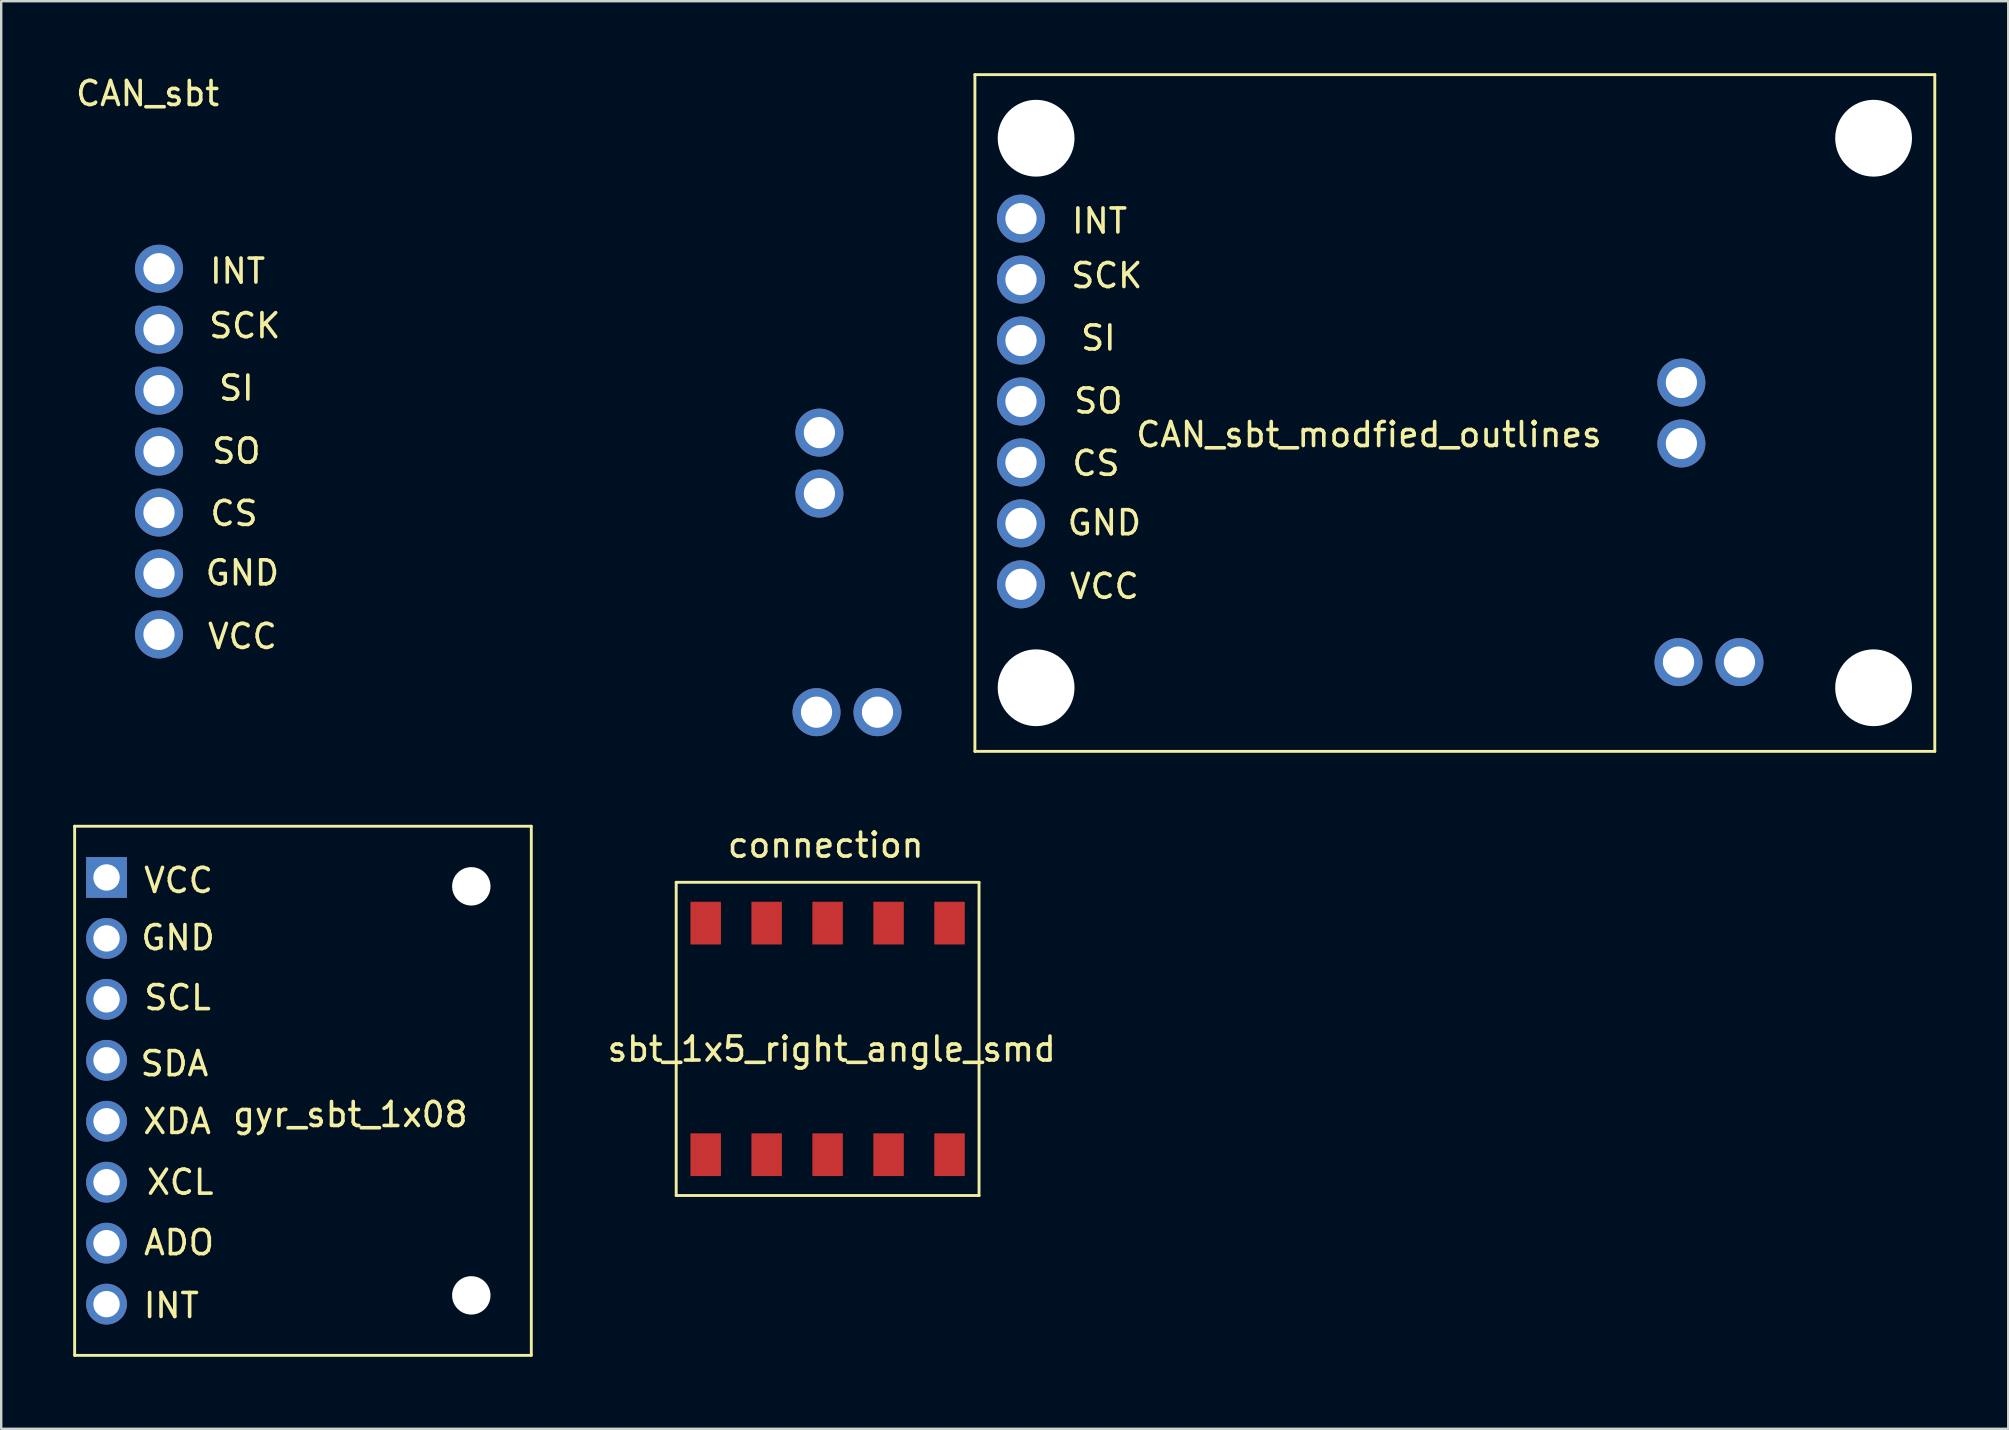
<source format=kicad_pcb>
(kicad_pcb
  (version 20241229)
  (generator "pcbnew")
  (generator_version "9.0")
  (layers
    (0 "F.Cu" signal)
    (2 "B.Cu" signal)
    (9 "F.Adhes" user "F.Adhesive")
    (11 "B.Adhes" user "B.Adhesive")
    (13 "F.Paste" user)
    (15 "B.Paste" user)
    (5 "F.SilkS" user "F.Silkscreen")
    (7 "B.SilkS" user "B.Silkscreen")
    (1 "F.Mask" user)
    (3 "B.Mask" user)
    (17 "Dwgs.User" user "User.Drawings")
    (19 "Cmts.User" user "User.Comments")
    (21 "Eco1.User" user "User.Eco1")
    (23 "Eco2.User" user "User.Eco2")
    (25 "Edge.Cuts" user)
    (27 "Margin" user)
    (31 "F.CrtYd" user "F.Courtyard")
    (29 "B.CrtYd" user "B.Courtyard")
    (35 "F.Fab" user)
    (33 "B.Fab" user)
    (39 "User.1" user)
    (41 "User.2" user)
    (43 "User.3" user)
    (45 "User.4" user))
  (footprint "sbt_1x5_right_angle_smd"
    (layer "F.Cu")
    (at 26.358 35.418)
    (property "Reference" "sbt_1x5_right_angle_smd" (at 5.25 5.25 0) (layer "F.SilkS") (effects (font (size 1 1) (thickness 0.15))))
    (attr through_hole)
    (fp_line (start -1.23 -1.7) (end -1.23 11.35) (stroke (width 0.12) (type solid)) (layer "F.SilkS"))
    (fp_line (start -1.23 -1.7) (end 11.39 -1.7) (stroke (width 0.12) (type solid)) (layer "F.SilkS"))
    (fp_line (start -1.23 11.35) (end 11.39 11.35) (stroke (width 0.12) (type solid)) (layer "F.SilkS"))
    (fp_line (start 11.39 11.35) (end 11.39 -1.7) (stroke (width 0.12) (type solid)) (layer "F.SilkS"))
    (fp_text user "connection" (at 5 -3.25 0) (layer "F.SilkS") (effects (font (size 1 1) (thickness 0.15))))
    (pad "" smd rect (at 0 9.65) (size 1.27 1.78) (layers "F.Cu" "F.Mask" "F.Paste"))
    (pad "" smd rect (at 2.54 9.65) (size 1.27 1.78) (layers "F.Cu" "F.Mask" "F.Paste"))
    (pad "" smd rect (at 5.08 9.65) (size 1.27 1.78) (layers "F.Cu" "F.Mask" "F.Paste"))
    (pad "" smd rect (at 7.62 9.65) (size 1.27 1.78) (layers "F.Cu" "F.Mask" "F.Paste"))
    (pad "" smd rect (at 10.16 9.65) (size 1.27 1.78) (layers "F.Cu" "F.Mask" "F.Paste"))
    (pad "1" smd rect (at 0 0) (size 1.27 1.78) (layers "F.Cu" "F.Mask" "F.Paste"))
    (pad "2" smd rect (at 2.54 0) (size 1.27 1.78) (layers "F.Cu" "F.Mask" "F.Paste"))
    (pad "3" smd rect (at 5.08 0) (size 1.27 1.78) (layers "F.Cu" "F.Mask" "F.Paste"))
    (pad "4" smd rect (at 7.62 0) (size 1.27 1.78) (layers "F.Cu" "F.Mask" "F.Paste"))
    (pad "5" smd rect (at 10.16 0) (size 1.27 1.78) (layers "F.Cu" "F.Mask" "F.Paste")))
  (footprint "gyr_sbt_1x08"
    (layer "F.Cu")
    (at 1.39 33.515)
    (property "Reference" "gyr_sbt_1x08" (at 10.16 9.88 0) (layer "F.SilkS") (effects (font (size 1 1) (thickness 0.15))))
    (attr through_hole)
    (fp_line (start -1.33 -2.135) (end -1.33 19.915) (stroke (width 0.12) (type solid)) (layer "F.SilkS"))
    (fp_line (start -1.33 -2.135) (end 17.7 -2.135) (stroke (width 0.12) (type solid)) (layer "F.SilkS"))
    (fp_line (start -1.33 19.915) (end 17.7 19.915) (stroke (width 0.12) (type solid)) (layer "F.SilkS"))
    (fp_line (start 17.7 -2.135) (end 17.7 19.915) (stroke (width 0.12) (type solid)) (layer "F.SilkS"))
    (fp_text user "VCC" (at 3 0.125 0) (layer "F.SilkS") (effects (font (size 1 1) (thickness 0.15))))
    (fp_text user "SCL" (at 2.96 5.01 0) (layer "F.SilkS") (effects (font (size 1 1) (thickness 0.15))))
    (fp_text user "XCL" (at 3.07 12.7 0) (layer "F.SilkS") (effects (font (size 1 1) (thickness 0.15))))
    (fp_text user "INT" (at 2.7 17.84 0) (layer "F.SilkS") (effects (font (size 1 1) (thickness 0.15))))
    (fp_text user "SDA" (at 2.83 7.76 0) (layer "F.SilkS") (effects (font (size 1 1) (thickness 0.15))))
    (fp_text user "XDA" (at 2.94 10.17 0) (layer "F.SilkS") (effects (font (size 1 1) (thickness 0.15))))
    (fp_text user "ADO" (at 3.02 15.22 0) (layer "F.SilkS") (effects (font (size 1 1) (thickness 0.15))))
    (fp_text user "GND" (at 2.98 2.51 0) (layer "F.SilkS") (effects (font (size 1 1) (thickness 0.15))))
    (pad "" np_thru_hole circle (at 15.2 0.37) (size 1.6 1.6) (drill 1.6) (layers "*.Cu" "*.Mask"))
    (pad "" np_thru_hole circle (at 15.2 17.415) (size 1.6 1.6) (drill 1.6) (layers "*.Cu" "*.Mask"))
    (pad "1" thru_hole rect (at 0 0) (size 1.7 1.7) (drill 1.1) (layers "*.Cu" "*.Mask"))
    (pad "2" thru_hole oval (at 0 2.54) (size 1.7 1.7) (drill 1.1) (layers "*.Cu" "*.Mask"))
    (pad "3" thru_hole oval (at 0 5.08) (size 1.7 1.7) (drill 1.1) (layers "*.Cu" "*.Mask"))
    (pad "4" thru_hole oval (at 0 7.62) (size 1.7 1.7) (drill 1.1) (layers "*.Cu" "*.Mask"))
    (pad "5" thru_hole oval (at 0 10.16) (size 1.7 1.7) (drill 1.1) (layers "*.Cu" "*.Mask"))
    (pad "6" thru_hole oval (at 0 12.7) (size 1.7 1.7) (drill 1.1) (layers "*.Cu" "*.Mask"))
    (pad "7" thru_hole oval (at 0 15.24) (size 1.7 1.7) (drill 1.1) (layers "*.Cu" "*.Mask"))
    (pad "8" thru_hole oval (at 0 17.78) (size 1.7 1.7) (drill 1.1) (layers "*.Cu" "*.Mask")))
  (footprint "CAN_sbt_modfied_outlines"
    (layer "F.Cu")
    (at 39.496 6.06)
    (property "Reference" "CAN_sbt_modfied_outlines" (at 14.5 9 0) (layer "F.SilkS") (effects (font (size 1 1) (thickness 0.15))))
    (attr through_hole)
    (fp_line (start -1.92 -6) (end -1.92 22.2) (stroke (width 0.12) (type solid)) (layer "F.SilkS"))
    (fp_line (start -1.92 -6) (end 38.08 -6) (stroke (width 0.12) (type solid)) (layer "F.SilkS"))
    (fp_line (start -1.92 22.2) (end 38.08 22.2) (stroke (width 0.12) (type solid)) (layer "F.SilkS"))
    (fp_line (start 38.08 -6) (end 38.08 22.2) (stroke (width 0.12) (type solid)) (layer "F.SilkS"))
    (fp_text user "VCC" (at 3.475 15.325 0) (layer "F.SilkS") (effects (font (size 1 1) (thickness 0.15))))
    (fp_text user "CS" (at 3.125 10.2 0) (layer "F.SilkS") (effects (font (size 1 1) (thickness 0.15))))
    (fp_text user "SO" (at 3.225 7.6 0) (layer "F.SilkS") (effects (font (size 1 1) (thickness 0.15))))
    (fp_text user "SI" (at 3.225 4.975 0) (layer "F.SilkS") (effects (font (size 1 1) (thickness 0.15))))
    (fp_text user "SCK" (at 3.575 2.375 0) (layer "F.SilkS") (effects (font (size 1 1) (thickness 0.15))))
    (fp_text user "INT" (at 3.275 0.1 0) (layer "F.SilkS") (effects (font (size 1 1) (thickness 0.15))))
    (fp_text user "GND" (at 3.475 12.675 0) (layer "F.SilkS") (effects (font (size 1 1) (thickness 0.15))))
    (pad "" np_thru_hole circle (at 0.63 -3.35) (size 3.2 3.2) (drill 3.2) (layers "*.Cu" "*.Mask"))
    (pad "" np_thru_hole circle (at 0.63 19.55) (size 3.2 3.2) (drill 3.2) (layers "*.Cu" "*.Mask"))
    (pad "" np_thru_hole circle (at 35.53 -3.35) (size 3.2 3.2) (drill 3.2) (layers "*.Cu" "*.Mask"))
    (pad "" np_thru_hole circle (at 35.53 19.55) (size 3.2 3.2) (drill 3.2) (layers "*.Cu" "*.Mask"))
    (pad "1" thru_hole circle (at 0 0) (size 2 2) (drill 1.3) (layers "*.Cu" "*.Mask"))
    (pad "2" thru_hole circle (at 0 2.54) (size 2 2) (drill 1.3) (layers "*.Cu" "*.Mask"))
    (pad "3" thru_hole circle (at 0 5.08) (size 2 2) (drill 1.3) (layers "*.Cu" "*.Mask"))
    (pad "4" thru_hole circle (at 0 7.62) (size 2 2) (drill 1.3) (layers "*.Cu" "*.Mask"))
    (pad "5" thru_hole circle (at 0 10.16) (size 2 2) (drill 1.3) (layers "*.Cu" "*.Mask"))
    (pad "6" thru_hole circle (at 0 12.7) (size 2 2) (drill 1.3) (layers "*.Cu" "*.Mask"))
    (pad "7" thru_hole circle (at 0 15.24) (size 2 2) (drill 1.3) (layers "*.Cu" "*.Mask"))
    (pad "8" thru_hole circle (at 29.94 18.48) (size 2 2) (drill 1.3) (layers "*.Cu" "*.Mask"))
    (pad "9" thru_hole circle (at 27.4 18.48) (size 2 2) (drill 1.3) (layers "*.Cu" "*.Mask"))
    (pad "10" thru_hole circle (at 27.52 6.83) (size 2 2) (drill 1.3) (layers "*.Cu" "*.Mask"))
    (pad "11" thru_hole circle (at 27.52 9.37) (size 2 2) (drill 1.3) (layers "*.Cu" "*.Mask")))
  (footprint "CAN_sbt"
    (layer "F.Cu")
    (at 3.576 8.148)
    (property "Reference" "CAN_sbt" (at -0.475 -7.3 0) (layer "F.SilkS") (effects (font (size 1 1) (thickness 0.15))))
    (attr through_hole)
    (fp_text user "INT" (at 3.275 0.1 0) (layer "F.SilkS") (effects (font (size 1 1) (thickness 0.15))))
    (fp_text user "SI" (at 3.225 4.975 0) (layer "F.SilkS") (effects (font (size 1 1) (thickness 0.15))))
    (fp_text user "GND" (at 3.475 12.675 0) (layer "F.SilkS") (effects (font (size 1 1) (thickness 0.15))))
    (fp_text user "CS" (at 3.125 10.2 0) (layer "F.SilkS") (effects (font (size 1 1) (thickness 0.15))))
    (fp_text user "VCC" (at 3.475 15.325 0) (layer "F.SilkS") (effects (font (size 1 1) (thickness 0.15))))
    (fp_text user "SO" (at 3.225 7.6 0) (layer "F.SilkS") (effects (font (size 1 1) (thickness 0.15))))
    (fp_text user "SCK" (at 3.575 2.375 0) (layer "F.SilkS") (effects (font (size 1 1) (thickness 0.15))))
    (pad "1" thru_hole circle (at 0 0) (size 2 2) (drill 1.3) (layers "*.Cu" "*.Mask"))
    (pad "2" thru_hole circle (at 0 2.54) (size 2 2) (drill 1.3) (layers "*.Cu" "*.Mask"))
    (pad "3" thru_hole circle (at 0 5.08) (size 2 2) (drill 1.3) (layers "*.Cu" "*.Mask"))
    (pad "4" thru_hole circle (at 0 7.62) (size 2 2) (drill 1.3) (layers "*.Cu" "*.Mask"))
    (pad "5" thru_hole circle (at 0 10.16) (size 2 2) (drill 1.3) (layers "*.Cu" "*.Mask"))
    (pad "6" thru_hole circle (at 0 12.7) (size 2 2) (drill 1.3) (layers "*.Cu" "*.Mask"))
    (pad "7" thru_hole circle (at 0 15.24) (size 2 2) (drill 1.3) (layers "*.Cu" "*.Mask"))
    (pad "8" thru_hole circle (at 29.94 18.48) (size 2 2) (drill 1.3) (layers "*.Cu" "*.Mask"))
    (pad "9" thru_hole circle (at 27.4 18.48) (size 2 2) (drill 1.3) (layers "*.Cu" "*.Mask"))
    (pad "10" thru_hole circle (at 27.52 6.83) (size 2 2) (drill 1.3) (layers "*.Cu" "*.Mask"))
    (pad "11" thru_hole circle (at 27.52 9.37) (size 2 2) (drill 1.3) (layers "*.Cu" "*.Mask")))
  (gr_rect
    (start -3 -3)
    (end 80.636 56.49)
    (stroke (width 0.1) (type default))
    (fill no)
    (layer "Edge.Cuts")))
</source>
